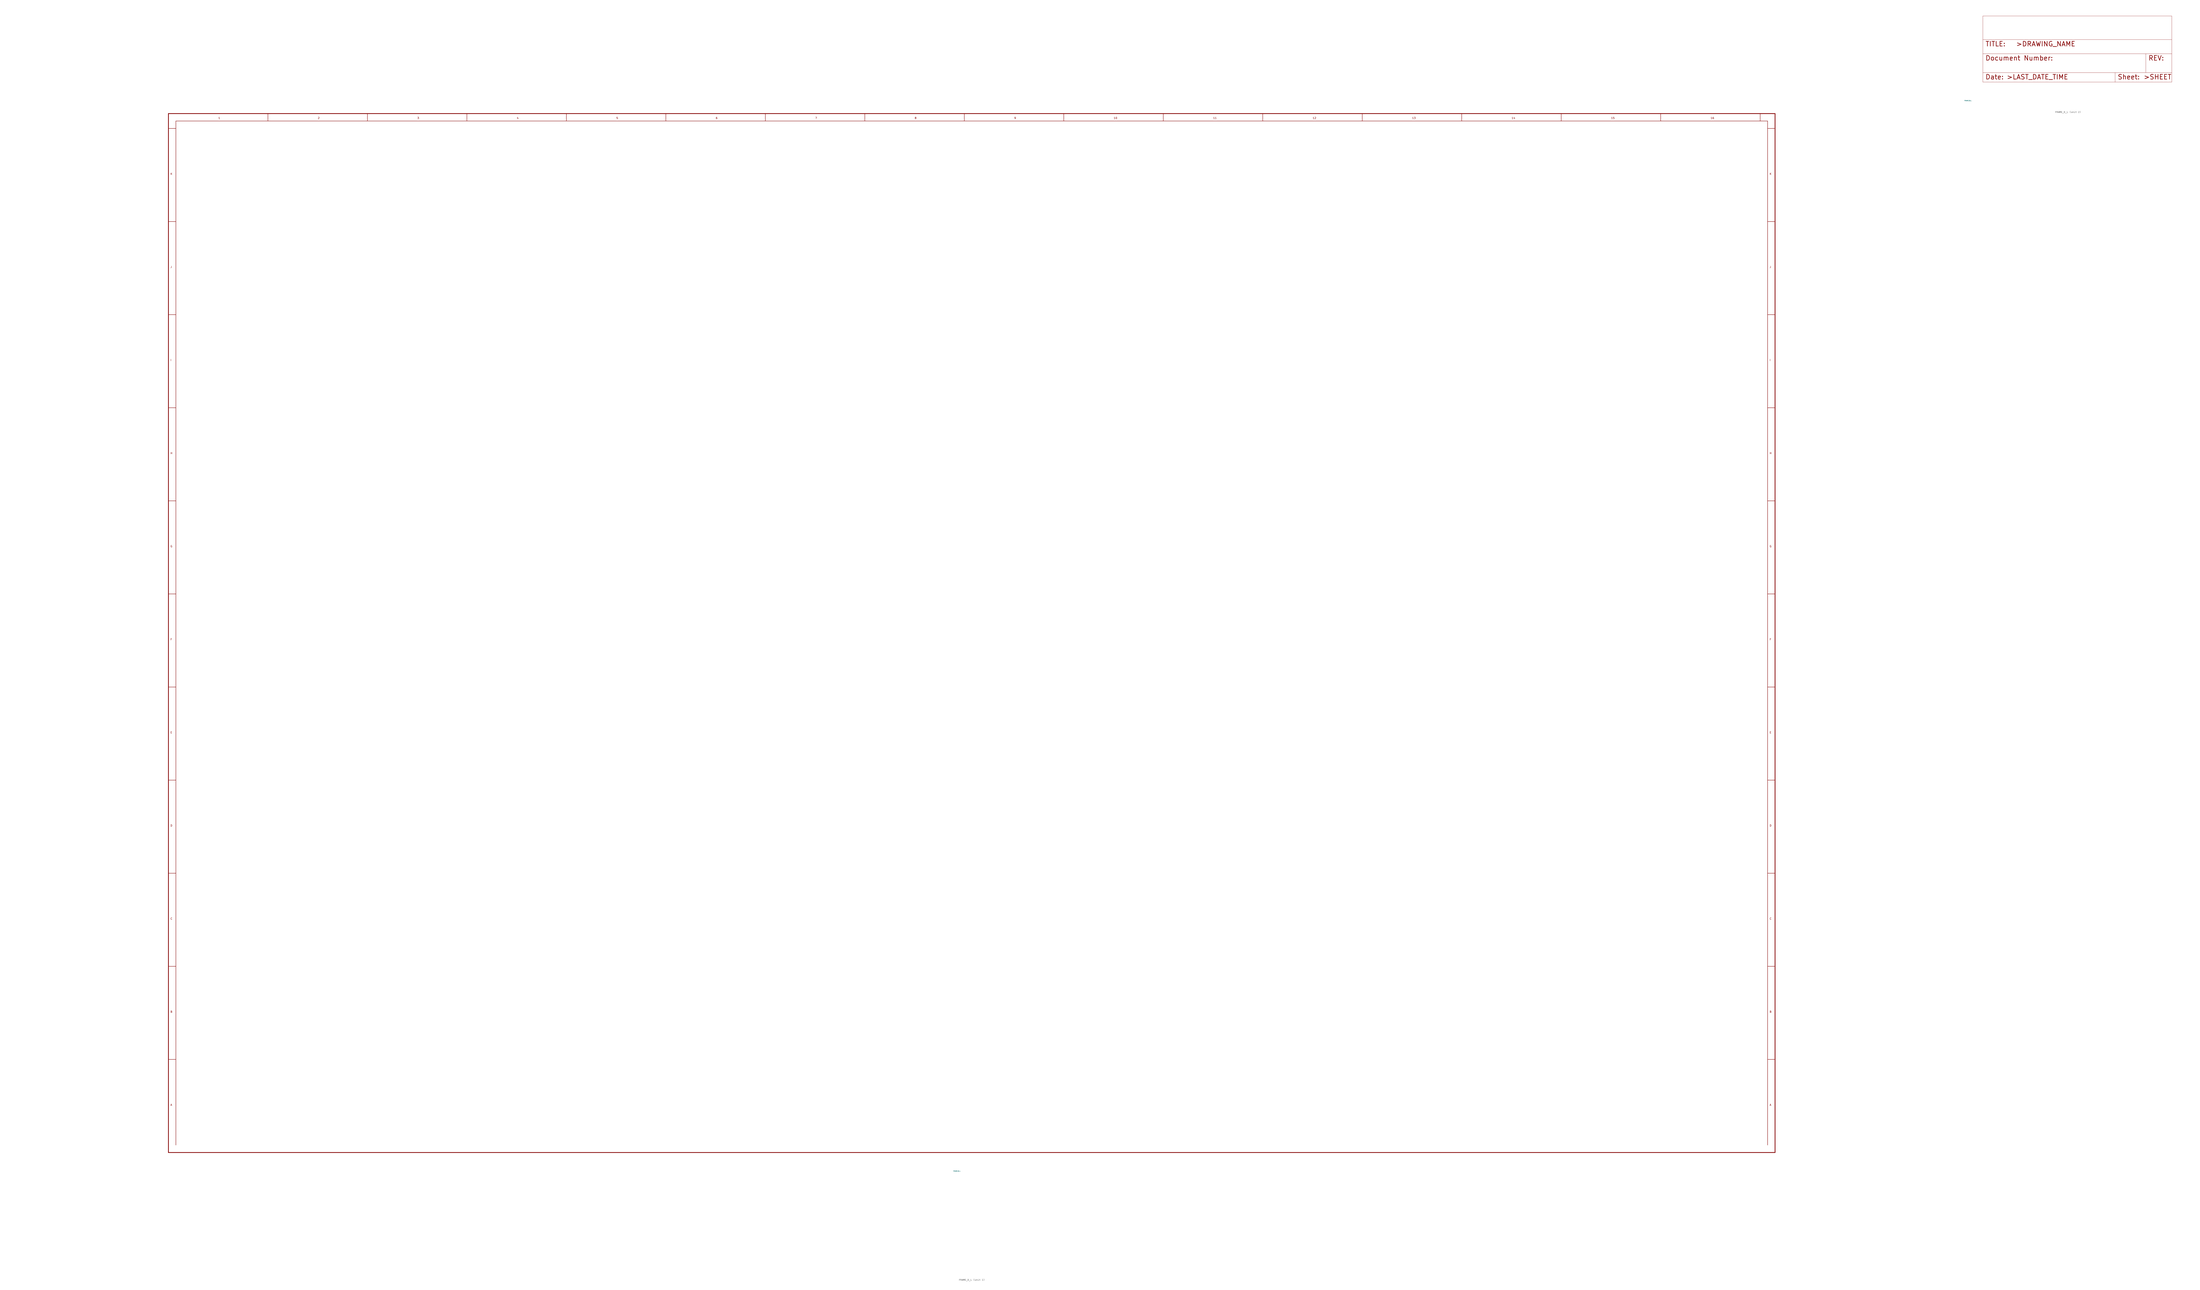
<source format=kicad_sym>
(kicad_symbol_lib
  (version 20220914)
  (generator Eagle2Kicad)
  (symbol "FRAME_D_L"
    (property "Reference" "FRAME"
      (at -10 -10 0)
      (effects (font (size 0.5 0.5) (thickness 0.06)) (justify left)))
    (property "Value" "FRAME_D_L"
      (at -10 -10 0)
      (effects (font (size 0.5 0.5) (thickness 0.06)) (justify left)))
    (symbol "FRAME_D_L_1_0"
      (polyline (pts (xy -431.8 0) (xy 431.8 0)) (stroke (width 0.4) (type default)) (fill (type none)))
      (polyline (pts (xy -431.8 558.8) (xy 431.8 558.8)) (stroke (width 0.4) (type default)) (fill (type none)))
      (polyline (pts (xy -431.8 0) (xy -431.8 558.8)) (stroke (width 0.4) (type default)) (fill (type none)))
      (polyline (pts (xy 431.8 0) (xy 431.8 558.8)) (stroke (width 0.4) (type default)) (fill (type none)))
      (polyline (pts (xy -427.8 554.8) (xy 427.8 554.8)) (stroke (width 0.2) (type default)) (fill (type none)))
      (polyline (pts (xy -378.325 554.8) (xy -378.325 558.8)) (stroke (width 0.2) (type default)) (fill (type none)))
      (text "1" (at -405.062 555.8 0) (effects (font (size 1 1) (thickness 0.13)) (justify left bottom)))
      (polyline (pts (xy -324.85 554.8) (xy -324.85 558.8)) (stroke (width 0.2) (type default)) (fill (type none)))
      (text "2" (at -351.587 555.8 0) (effects (font (size 1 1) (thickness 0.13)) (justify left bottom)))
      (polyline (pts (xy -271.375 554.8) (xy -271.375 558.8)) (stroke (width 0.2) (type default)) (fill (type none)))
      (text "3" (at -298.113 555.8 0) (effects (font (size 1 1) (thickness 0.13)) (justify left bottom)))
      (polyline (pts (xy -217.9 554.8) (xy -217.9 558.8)) (stroke (width 0.2) (type default)) (fill (type none)))
      (text "4" (at -244.637 555.8 0) (effects (font (size 1 1) (thickness 0.13)) (justify left bottom)))
      (polyline (pts (xy -164.425 554.8) (xy -164.425 558.8)) (stroke (width 0.2) (type default)) (fill (type none)))
      (text "5" (at -191.162 555.8 0) (effects (font (size 1 1) (thickness 0.13)) (justify left bottom)))
      (polyline (pts (xy -110.95 554.8) (xy -110.95 558.8)) (stroke (width 0.2) (type default)) (fill (type none)))
      (text "6" (at -137.688 555.8 0) (effects (font (size 1 1) (thickness 0.13)) (justify left bottom)))
      (polyline (pts (xy -57.475 554.8) (xy -57.475 558.8)) (stroke (width 0.2) (type default)) (fill (type none)))
      (text "7" (at -84.213 555.8 0) (effects (font (size 1 1) (thickness 0.13)) (justify left bottom)))
      (polyline (pts (xy -4 554.8) (xy -4 558.8)) (stroke (width 0.2) (type default)) (fill (type none)))
      (text "8" (at -30.738 555.8 0) (effects (font (size 1 1) (thickness 0.13)) (justify left bottom)))
      (polyline (pts (xy 49.475 554.8) (xy 49.475 558.8)) (stroke (width 0.2) (type default)) (fill (type none)))
      (text "9" (at 22.738 555.8 0) (effects (font (size 1 1) (thickness 0.13)) (justify left bottom)))
      (polyline (pts (xy 102.95 554.8) (xy 102.95 558.8)) (stroke (width 0.2) (type default)) (fill (type none)))
      (text "10" (at 76.213 555.8 0) (effects (font (size 1 1) (thickness 0.13)) (justify left bottom)))
      (polyline (pts (xy 156.425 554.8) (xy 156.425 558.8)) (stroke (width 0.2) (type default)) (fill (type none)))
      (text "11" (at 129.688 555.8 0) (effects (font (size 1 1) (thickness 0.13)) (justify left bottom)))
      (polyline (pts (xy 209.9 554.8) (xy 209.9 558.8)) (stroke (width 0.2) (type default)) (fill (type none)))
      (text "12" (at 183.162 555.8 0) (effects (font (size 1 1) (thickness 0.13)) (justify left bottom)))
      (polyline (pts (xy 263.375 554.8) (xy 263.375 558.8)) (stroke (width 0.2) (type default)) (fill (type none)))
      (text "13" (at 236.637 555.8 0) (effects (font (size 1 1) (thickness 0.13)) (justify left bottom)))
      (polyline (pts (xy 316.85 554.8) (xy 316.85 558.8)) (stroke (width 0.2) (type default)) (fill (type none)))
      (text "14" (at 290.113 555.8 0) (effects (font (size 1 1) (thickness 0.13)) (justify left bottom)))
      (polyline (pts (xy 370.325 554.8) (xy 370.325 558.8)) (stroke (width 0.2) (type default)) (fill (type none)))
      (text "15" (at 343.587 555.8 0) (effects (font (size 1 1) (thickness 0.13)) (justify left bottom)))
      (polyline (pts (xy 423.8 554.8) (xy 423.8 558.8)) (stroke (width 0.2) (type default)) (fill (type none)))
      (text "16" (at 397.062 555.8 0) (effects (font (size 1 1) (thickness 0.13)) (justify left bottom)))
      (polyline (pts (xy -427.8 4) (xy -427.8 554.8)) (stroke (width 0.2) (type default)) (fill (type none)))
      (polyline (pts (xy -431.8 50.073) (xy -427.8 50.073)) (stroke (width 0.2) (type default)) (fill (type none)))
      (text "A" (at -430.8 25.036 0) (effects (font (size 1 1) (thickness 0.13)) (justify left bottom)))
      (polyline (pts (xy -431.8 100.145) (xy -427.8 100.145)) (stroke (width 0.2) (type default)) (fill (type none)))
      (text "B" (at -430.8 75.109 0) (effects (font (size 1 1) (thickness 0.13)) (justify left bottom)))
      (polyline (pts (xy -431.8 150.218) (xy -427.8 150.218)) (stroke (width 0.2) (type default)) (fill (type none)))
      (text "C" (at -430.8 125.182 0) (effects (font (size 1 1) (thickness 0.13)) (justify left bottom)))
      (polyline (pts (xy -431.8 200.291) (xy -427.8 200.291)) (stroke (width 0.2) (type default)) (fill (type none)))
      (text "D" (at -430.8 175.255 0) (effects (font (size 1 1) (thickness 0.13)) (justify left bottom)))
      (polyline (pts (xy -431.8 250.364) (xy -427.8 250.364)) (stroke (width 0.2) (type default)) (fill (type none)))
      (text "E" (at -430.8 225.327 0) (effects (font (size 1 1) (thickness 0.13)) (justify left bottom)))
      (polyline (pts (xy -431.8 300.436) (xy -427.8 300.436)) (stroke (width 0.2) (type default)) (fill (type none)))
      (text "F" (at -430.8 275.4 0) (effects (font (size 1 1) (thickness 0.13)) (justify left bottom)))
      (polyline (pts (xy -431.8 350.509) (xy -427.8 350.509)) (stroke (width 0.2) (type default)) (fill (type none)))
      (text "G" (at -430.8 325.473 0) (effects (font (size 1 1) (thickness 0.13)) (justify left bottom)))
      (polyline (pts (xy -431.8 400.582) (xy -427.8 400.582)) (stroke (width 0.2) (type default)) (fill (type none)))
      (text "H" (at -430.8 375.545 0) (effects (font (size 1 1) (thickness 0.13)) (justify left bottom)))
      (polyline (pts (xy -431.8 450.655) (xy -427.8 450.655)) (stroke (width 0.2) (type default)) (fill (type none)))
      (text "I" (at -430.8 425.618 0) (effects (font (size 1 1) (thickness 0.13)) (justify left bottom)))
      (polyline (pts (xy -431.8 500.727) (xy -427.8 500.727)) (stroke (width 0.2) (type default)) (fill (type none)))
      (text "J" (at -430.8 475.691 0) (effects (font (size 1 1) (thickness 0.13)) (justify left bottom)))
      (polyline (pts (xy -431.8 550.8) (xy -427.8 550.8)) (stroke (width 0.2) (type default)) (fill (type none)))
      (text "K" (at -430.8 525.764 0) (effects (font (size 1 1) (thickness 0.13)) (justify left bottom)))
      (polyline (pts (xy 427.8 4) (xy 427.8 554.8)) (stroke (width 0.2) (type default)) (fill (type none)))
      (polyline (pts (xy 427.8 50.073) (xy 431.8 50.073)) (stroke (width 0.2) (type default)) (fill (type none)))
      (text "A" (at 428.8 25.036 0) (effects (font (size 1 1) (thickness 0.13)) (justify left bottom)))
      (polyline (pts (xy 427.8 100.145) (xy 431.8 100.145)) (stroke (width 0.2) (type default)) (fill (type none)))
      (text "B" (at 428.8 75.109 0) (effects (font (size 1 1) (thickness 0.13)) (justify left bottom)))
      (polyline (pts (xy 427.8 150.218) (xy 431.8 150.218)) (stroke (width 0.2) (type default)) (fill (type none)))
      (text "C" (at 428.8 125.182 0) (effects (font (size 1 1) (thickness 0.13)) (justify left bottom)))
      (polyline (pts (xy 427.8 200.291) (xy 431.8 200.291)) (stroke (width 0.2) (type default)) (fill (type none)))
      (text "D" (at 428.8 175.255 0) (effects (font (size 1 1) (thickness 0.13)) (justify left bottom)))
      (polyline (pts (xy 427.8 250.364) (xy 431.8 250.364)) (stroke (width 0.2) (type default)) (fill (type none)))
      (text "E" (at 428.8 225.327 0) (effects (font (size 1 1) (thickness 0.13)) (justify left bottom)))
      (polyline (pts (xy 427.8 300.436) (xy 431.8 300.436)) (stroke (width 0.2) (type default)) (fill (type none)))
      (text "F" (at 428.8 275.4 0) (effects (font (size 1 1) (thickness 0.13)) (justify left bottom)))
      (polyline (pts (xy 427.8 350.509) (xy 431.8 350.509)) (stroke (width 0.2) (type default)) (fill (type none)))
      (text "G" (at 428.8 325.473 0) (effects (font (size 1 1) (thickness 0.13)) (justify left bottom)))
      (polyline (pts (xy 427.8 400.582) (xy 431.8 400.582)) (stroke (width 0.2) (type default)) (fill (type none)))
      (text "H" (at 428.8 375.545 0) (effects (font (size 1 1) (thickness 0.13)) (justify left bottom)))
      (polyline (pts (xy 427.8 450.655) (xy 431.8 450.655)) (stroke (width 0.2) (type default)) (fill (type none)))
      (text "I" (at 428.8 425.618 0) (effects (font (size 1 1) (thickness 0.13)) (justify left bottom)))
      (polyline (pts (xy 427.8 500.727) (xy 431.8 500.727)) (stroke (width 0.2) (type default)) (fill (type none)))
      (text "J" (at 428.8 475.691 0) (effects (font (size 1 1) (thickness 0.13)) (justify left bottom)))
      (polyline (pts (xy 427.8 550.8) (xy 431.8 550.8)) (stroke (width 0.2) (type default)) (fill (type none)))
      (text "K" (at 428.8 525.764 0) (effects (font (size 1 1) (thickness 0.13)) (justify left bottom))))
    (symbol "FRAME_D_L_2_0"
      (polyline (pts (xy 0 0) (xy 71.12 0)) (stroke (width 0.102) (type default)) (fill (type none)))
      (polyline (pts (xy 101.6 15.24) (xy 87.63 15.24)) (stroke (width 0.102) (type default)) (fill (type none)))
      (polyline (pts (xy 0 0) (xy 0 5.08)) (stroke (width 0.102) (type default)) (fill (type none)))
      (polyline (pts (xy 0 5.08) (xy 71.12 5.08)) (stroke (width 0.102) (type default)) (fill (type none)))
      (polyline (pts (xy 0 5.08) (xy 0 15.24)) (stroke (width 0.102) (type default)) (fill (type none)))
      (polyline (pts (xy 101.6 15.24) (xy 101.6 5.08)) (stroke (width 0.102) (type default)) (fill (type none)))
      (polyline (pts (xy 71.12 5.08) (xy 71.12 0)) (stroke (width 0.102) (type default)) (fill (type none)))
      (polyline (pts (xy 71.12 5.08) (xy 87.63 5.08)) (stroke (width 0.102) (type default)) (fill (type none)))
      (polyline (pts (xy 71.12 0) (xy 101.6 0)) (stroke (width 0.102) (type default)) (fill (type none)))
      (polyline (pts (xy 87.63 15.24) (xy 87.63 5.08)) (stroke (width 0.102) (type default)) (fill (type none)))
      (polyline (pts (xy 87.63 15.24) (xy 0 15.24)) (stroke (width 0.102) (type default)) (fill (type none)))
      (polyline (pts (xy 87.63 5.08) (xy 101.6 5.08)) (stroke (width 0.102) (type default)) (fill (type none)))
      (polyline (pts (xy 101.6 5.08) (xy 101.6 0)) (stroke (width 0.102) (type default)) (fill (type none)))
      (polyline (pts (xy 0 15.24) (xy 0 22.86)) (stroke (width 0.102) (type default)) (fill (type none)))
      (polyline (pts (xy 101.6 35.56) (xy 0 35.56)) (stroke (width 0.102) (type default)) (fill (type none)))
      (polyline (pts (xy 101.6 35.56) (xy 101.6 22.86)) (stroke (width 0.102) (type default)) (fill (type none)))
      (polyline (pts (xy 0 22.86) (xy 101.6 22.86)) (stroke (width 0.102) (type default)) (fill (type none)))
      (polyline (pts (xy 0 22.86) (xy 0 35.56)) (stroke (width 0.102) (type default)) (fill (type none)))
      (polyline (pts (xy 101.6 22.86) (xy 101.6 15.24)) (stroke (width 0.102) (type default)) (fill (type none)))
      (text "Date:" (at 1.27 1.27 0) (effects (font (size 2.54 2.54) (thickness 0.32)) (justify left bottom)))
      (text ">LAST_DATE_TIME" (at 12.7 1.27 0) (effects (font (size 2.54 2.54) (thickness 0.32)) (justify left bottom)))
      (text "Sheet:" (at 72.39 1.27 0) (effects (font (size 2.54 2.54) (thickness 0.32)) (justify left bottom)))
      (text ">SHEET" (at 86.36 1.27 0) (effects (font (size 2.54 2.54) (thickness 0.32)) (justify left bottom)))
      (text "REV:" (at 88.9 11.43 0) (effects (font (size 2.54 2.54) (thickness 0.32)) (justify left bottom)))
      (text "TITLE:" (at 1.27 19.05 0) (effects (font (size 2.54 2.54) (thickness 0.32)) (justify left bottom)))
      (text "Document Number:" (at 1.27 11.43 0) (effects (font (size 2.54 2.54) (thickness 0.32)) (justify left bottom)))
      (text ">DRAWING_NAME" (at 17.78 19.05 0) (effects (font (size 2.54 2.54) (thickness 0.32)) (justify left bottom))))))
</source>
